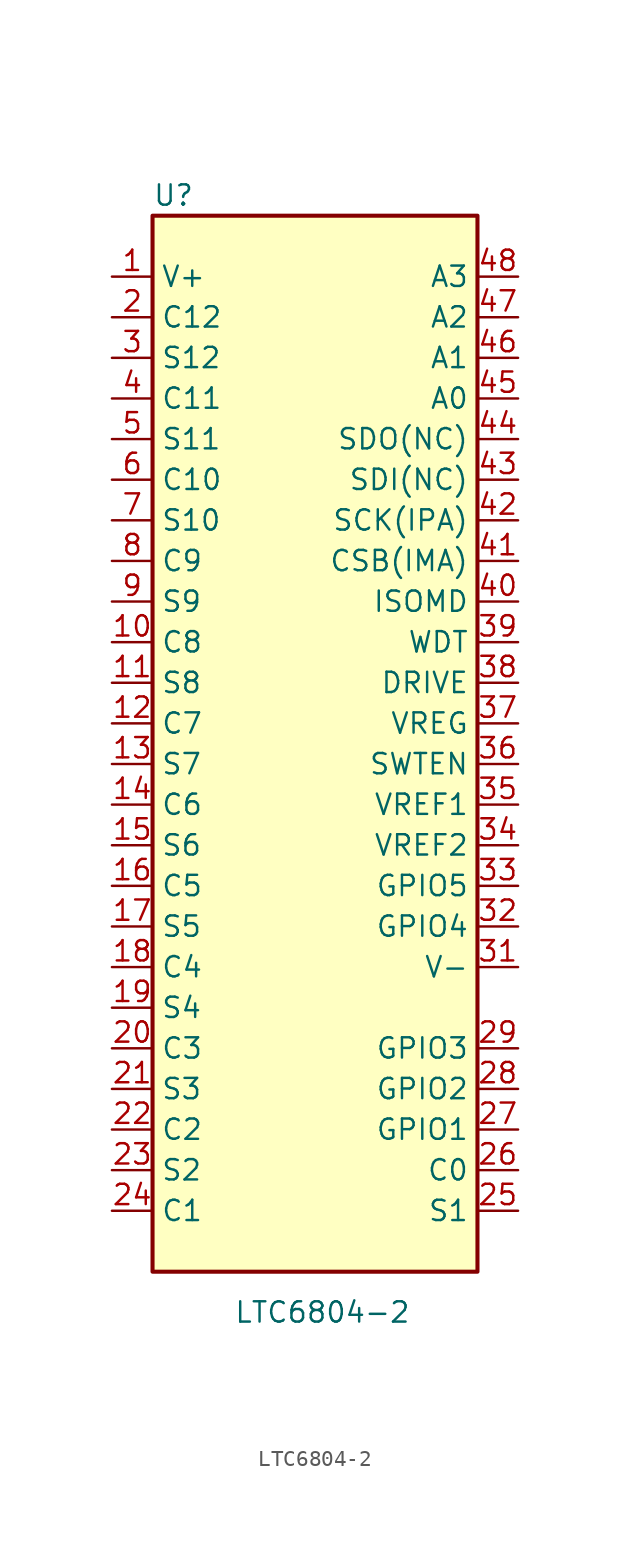
<source format=kicad_sym>
(kicad_symbol_lib
  (version 20220914)
  (generator kicad_symbol_editor)
  (symbol "LTC6804-2"
    (property "Reference" "U"
      (at -10.16 34.29 0)
      (effects (font (size 1.27 1.27)) (justify left)))
    (property "Value" "LTC6804-2"
      (at -5.08 -35.56 0)
      (effects (font (size 1.27 1.27)) (justify left)))
    (symbol "LTC6804-2_0_1"
      (rectangle (start 10.16 -33.02) (end -10.16 33.02) (stroke (width 0.254) (type default)) (fill (type background))))
    (symbol "LTC6804-2_1_1"
      (pin power_in line (at -12.7 29.21 0) (length 2.54) (name "V+" (effects (font (size 1.27 1.27)))) (number "1" (effects (font (size 1.27 1.27)))))
      (pin input line (at -12.7 6.35 0) (length 2.54) (name "C8" (effects (font (size 1.27 1.27)))) (number "10" (effects (font (size 1.27 1.27)))))
      (pin bidirectional line (at -12.7 3.81 0) (length 2.54) (name "S8" (effects (font (size 1.27 1.27)))) (number "11" (effects (font (size 1.27 1.27)))))
      (pin input line (at -12.7 1.27 0) (length 2.54) (name "C7" (effects (font (size 1.27 1.27)))) (number "12" (effects (font (size 1.27 1.27)))))
      (pin bidirectional line (at -12.7 -1.27 0) (length 2.54) (name "S7" (effects (font (size 1.27 1.27)))) (number "13" (effects (font (size 1.27 1.27)))))
      (pin input line (at -12.7 -3.81 0) (length 2.54) (name "C6" (effects (font (size 1.27 1.27)))) (number "14" (effects (font (size 1.27 1.27)))))
      (pin bidirectional line (at -12.7 -6.35 0) (length 2.54) (name "S6" (effects (font (size 1.27 1.27)))) (number "15" (effects (font (size 1.27 1.27)))))
      (pin input line (at -12.7 -8.89 0) (length 2.54) (name "C5" (effects (font (size 1.27 1.27)))) (number "16" (effects (font (size 1.27 1.27)))))
      (pin bidirectional line (at -12.7 -11.43 0) (length 2.54) (name "S5" (effects (font (size 1.27 1.27)))) (number "17" (effects (font (size 1.27 1.27)))))
      (pin input line (at -12.7 -13.97 0) (length 2.54) (name "C4" (effects (font (size 1.27 1.27)))) (number "18" (effects (font (size 1.27 1.27)))))
      (pin bidirectional line (at -12.7 -16.51 0) (length 2.54) (name "S4" (effects (font (size 1.27 1.27)))) (number "19" (effects (font (size 1.27 1.27)))))
      (pin input line (at -12.7 26.67 0) (length 2.54) (name "C12" (effects (font (size 1.27 1.27)))) (number "2" (effects (font (size 1.27 1.27)))))
      (pin input line (at -12.7 -19.05 0) (length 2.54) (name "C3" (effects (font (size 1.27 1.27)))) (number "20" (effects (font (size 1.27 1.27)))))
      (pin bidirectional line (at -12.7 -21.59 0) (length 2.54) (name "S3" (effects (font (size 1.27 1.27)))) (number "21" (effects (font (size 1.27 1.27)))))
      (pin input line (at -12.7 -24.13 0) (length 2.54) (name "C2" (effects (font (size 1.27 1.27)))) (number "22" (effects (font (size 1.27 1.27)))))
      (pin bidirectional line (at -12.7 -26.67 0) (length 2.54) (name "S2" (effects (font (size 1.27 1.27)))) (number "23" (effects (font (size 1.27 1.27)))))
      (pin input line (at -12.7 -29.21 0) (length 2.54) (name "C1" (effects (font (size 1.27 1.27)))) (number "24" (effects (font (size 1.27 1.27)))))
      (pin bidirectional line (at 12.7 -29.21 180) (length 2.54) (name "S1" (effects (font (size 1.27 1.27)))) (number "25" (effects (font (size 1.27 1.27)))))
      (pin input line (at 12.7 -26.67 180) (length 2.54) (name "C0" (effects (font (size 1.27 1.27)))) (number "26" (effects (font (size 1.27 1.27)))))
      (pin bidirectional line (at 12.7 -24.13 180) (length 2.54) (name "GPIO1" (effects (font (size 1.27 1.27)))) (number "27" (effects (font (size 1.27 1.27)))))
      (pin bidirectional line (at 12.7 -21.59 180) (length 2.54) (name "GPIO2" (effects (font (size 1.27 1.27)))) (number "28" (effects (font (size 1.27 1.27)))))
      (pin bidirectional line (at 12.7 -19.05 180) (length 2.54) (name "GPIO3" (effects (font (size 1.27 1.27)))) (number "29" (effects (font (size 1.27 1.27)))))
      (pin bidirectional line (at -12.7 24.13 0) (length 2.54) (name "S12" (effects (font (size 1.27 1.27)))) (number "3" (effects (font (size 1.27 1.27)))))
      (pin passive line (at 12.7 -16.51 180) (length 2.54) hide (name "V-" (effects (font (size 1.27 1.27)))) (number "30" (effects (font (size 1.27 1.27)))))
      (pin passive line (at 12.7 -13.97 180) (length 2.54) (name "V-" (effects (font (size 1.27 1.27)))) (number "31" (effects (font (size 1.27 1.27)))))
      (pin bidirectional line (at 12.7 -11.43 180) (length 2.54) (name "GPIO4" (effects (font (size 1.27 1.27)))) (number "32" (effects (font (size 1.27 1.27)))))
      (pin bidirectional line (at 12.7 -8.89 180) (length 2.54) (name "GPIO5" (effects (font (size 1.27 1.27)))) (number "33" (effects (font (size 1.27 1.27)))))
      (pin output line (at 12.7 -6.35 180) (length 2.54) (name "VREF2" (effects (font (size 1.27 1.27)))) (number "34" (effects (font (size 1.27 1.27)))))
      (pin output line (at 12.7 -3.81 180) (length 2.54) (name "VREF1" (effects (font (size 1.27 1.27)))) (number "35" (effects (font (size 1.27 1.27)))))
      (pin input line (at 12.7 -1.27 180) (length 2.54) (name "SWTEN" (effects (font (size 1.27 1.27)))) (number "36" (effects (font (size 1.27 1.27)))))
      (pin input line (at 12.7 1.27 180) (length 2.54) (name "VREG" (effects (font (size 1.27 1.27)))) (number "37" (effects (font (size 1.27 1.27)))))
      (pin output line (at 12.7 3.81 180) (length 2.54) (name "DRIVE" (effects (font (size 1.27 1.27)))) (number "38" (effects (font (size 1.27 1.27)))))
      (pin output line (at 12.7 6.35 180) (length 2.54) (name "WDT" (effects (font (size 1.27 1.27)))) (number "39" (effects (font (size 1.27 1.27)))))
      (pin input line (at -12.7 21.59 0) (length 2.54) (name "C11" (effects (font (size 1.27 1.27)))) (number "4" (effects (font (size 1.27 1.27)))))
      (pin input line (at 12.7 8.89 180) (length 2.54) (name "ISOMD" (effects (font (size 1.27 1.27)))) (number "40" (effects (font (size 1.27 1.27)))))
      (pin bidirectional line (at 12.7 11.43 180) (length 2.54) (name "CSB(IMA)" (effects (font (size 1.27 1.27)))) (number "41" (effects (font (size 1.27 1.27)))))
      (pin bidirectional line (at 12.7 13.97 180) (length 2.54) (name "SCK(IPA)" (effects (font (size 1.27 1.27)))) (number "42" (effects (font (size 1.27 1.27)))))
      (pin input line (at 12.7 16.51 180) (length 2.54) (name "SDI(NC)" (effects (font (size 1.27 1.27)))) (number "43" (effects (font (size 1.27 1.27)))))
      (pin open_collector line (at 12.7 19.05 180) (length 2.54) (name "SDO(NC)" (effects (font (size 1.27 1.27)))) (number "44" (effects (font (size 1.27 1.27)))))
      (pin passive line (at 12.7 21.59 180) (length 2.54) (name "A0" (effects (font (size 1.27 1.27)))) (number "45" (effects (font (size 1.27 1.27)))))
      (pin passive line (at 12.7 24.13 180) (length 2.54) (name "A1" (effects (font (size 1.27 1.27)))) (number "46" (effects (font (size 1.27 1.27)))))
      (pin bidirectional line (at 12.7 26.67 180) (length 2.54) (name "A2" (effects (font (size 1.27 1.27)))) (number "47" (effects (font (size 1.27 1.27)))))
      (pin bidirectional line (at 12.7 29.21 180) (length 2.54) (name "A3" (effects (font (size 1.27 1.27)))) (number "48" (effects (font (size 1.27 1.27)))))
      (pin bidirectional line (at -12.7 19.05 0) (length 2.54) (name "S11" (effects (font (size 1.27 1.27)))) (number "5" (effects (font (size 1.27 1.27)))))
      (pin input line (at -12.7 16.51 0) (length 2.54) (name "C10" (effects (font (size 1.27 1.27)))) (number "6" (effects (font (size 1.27 1.27)))))
      (pin bidirectional line (at -12.7 13.97 0) (length 2.54) (name "S10" (effects (font (size 1.27 1.27)))) (number "7" (effects (font (size 1.27 1.27)))))
      (pin input line (at -12.7 11.43 0) (length 2.54) (name "C9" (effects (font (size 1.27 1.27)))) (number "8" (effects (font (size 1.27 1.27)))))
      (pin bidirectional line (at -12.7 8.89 0) (length 2.54) (name "S9" (effects (font (size 1.27 1.27)))) (number "9" (effects (font (size 1.27 1.27))))))))
</source>
